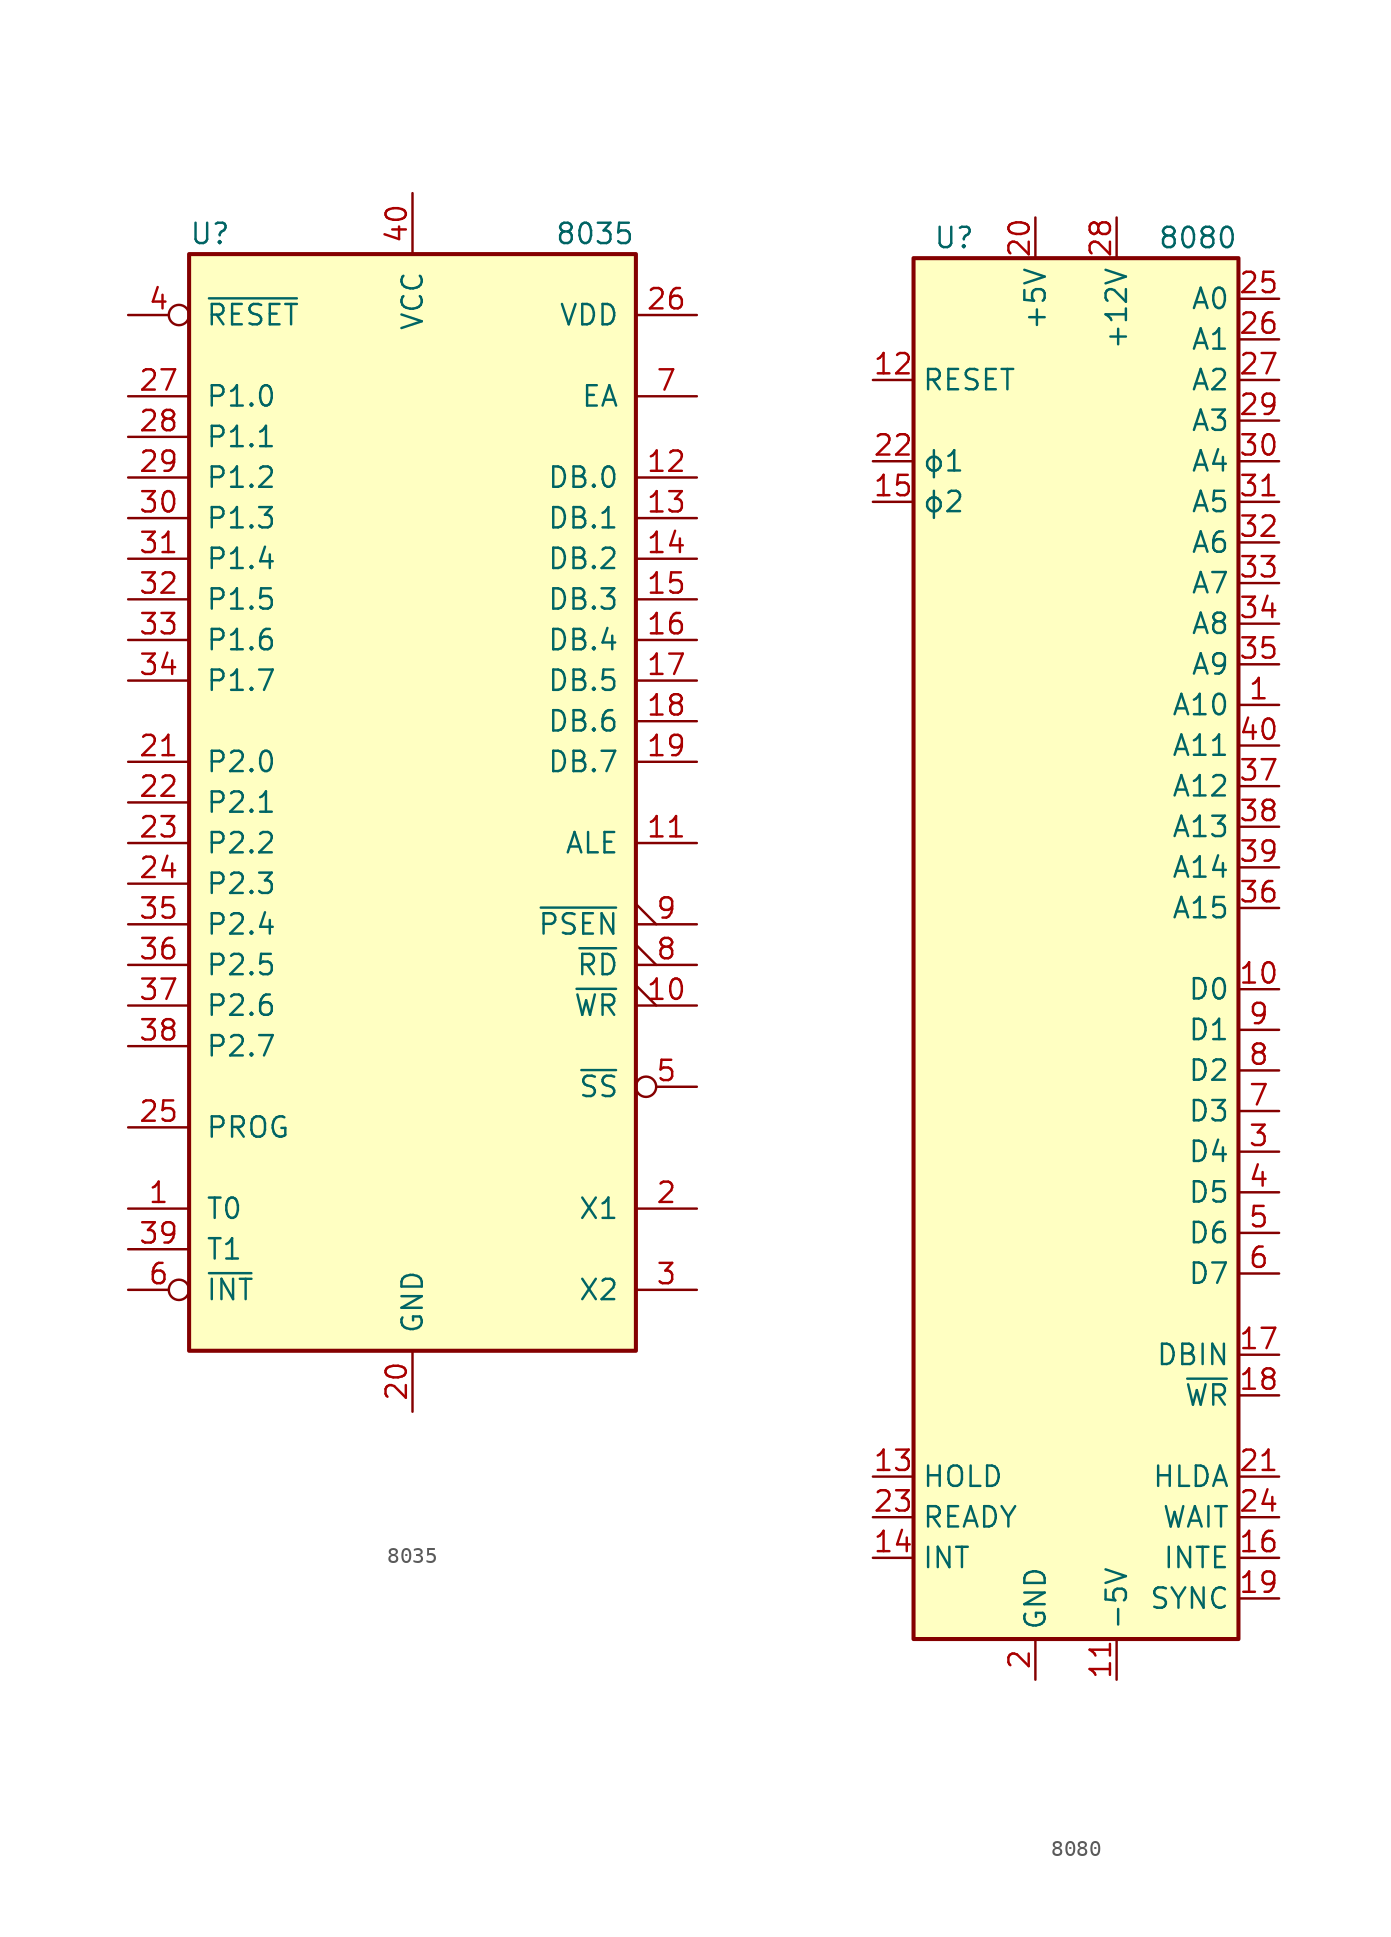
<source format=kicad_sym>
(kicad_symbol_lib
  (version 20201005)
  (generator kicad_symbol_editor)
  (symbol "MCU_Intel:8035"
    (pin_names
      (offset 1.016))
    (property "Reference" "U"
      (at -13.97 35.56 0)
      (effects (font (size 1.27 1.27)) (justify left)))
    (property "Value" "8035"
      (at 8.89 35.56 0)
      (effects (font (size 1.27 1.27)) (justify left)))
    (symbol "8035_1_1"
      (rectangle (start -13.97 -34.29) (end 13.97 34.29) (stroke (width 0.254)) (fill (type background)))
      (pin input line (at -17.78 -25.4 0) (length 3.81) (name "T0" (effects (font (size 1.27 1.27)))) (number "1" (effects (font (size 1.27 1.27)))))
      (pin output output_low (at 17.78 -12.7 180) (length 3.81) (name "~WR~" (effects (font (size 1.27 1.27)))) (number "10" (effects (font (size 1.27 1.27)))))
      (pin output line (at 17.78 -2.54 180) (length 3.81) (name "ALE" (effects (font (size 1.27 1.27)))) (number "11" (effects (font (size 1.27 1.27)))))
      (pin bidirectional line (at 17.78 20.32 180) (length 3.81) (name "DB.0" (effects (font (size 1.27 1.27)))) (number "12" (effects (font (size 1.27 1.27)))))
      (pin bidirectional line (at 17.78 17.78 180) (length 3.81) (name "DB.1" (effects (font (size 1.27 1.27)))) (number "13" (effects (font (size 1.27 1.27)))))
      (pin bidirectional line (at 17.78 15.24 180) (length 3.81) (name "DB.2" (effects (font (size 1.27 1.27)))) (number "14" (effects (font (size 1.27 1.27)))))
      (pin bidirectional line (at 17.78 12.7 180) (length 3.81) (name "DB.3" (effects (font (size 1.27 1.27)))) (number "15" (effects (font (size 1.27 1.27)))))
      (pin bidirectional line (at 17.78 10.16 180) (length 3.81) (name "DB.4" (effects (font (size 1.27 1.27)))) (number "16" (effects (font (size 1.27 1.27)))))
      (pin bidirectional line (at 17.78 7.62 180) (length 3.81) (name "DB.5" (effects (font (size 1.27 1.27)))) (number "17" (effects (font (size 1.27 1.27)))))
      (pin bidirectional line (at 17.78 5.08 180) (length 3.81) (name "DB.6" (effects (font (size 1.27 1.27)))) (number "18" (effects (font (size 1.27 1.27)))))
      (pin bidirectional line (at 17.78 2.54 180) (length 3.81) (name "DB.7" (effects (font (size 1.27 1.27)))) (number "19" (effects (font (size 1.27 1.27)))))
      (pin input line (at 17.78 -25.4 180) (length 3.81) (name "X1" (effects (font (size 1.27 1.27)))) (number "2" (effects (font (size 1.27 1.27)))))
      (pin power_in line (at 0 -38.1 90) (length 3.81) (name "GND" (effects (font (size 1.27 1.27)))) (number "20" (effects (font (size 1.27 1.27)))))
      (pin bidirectional line (at -17.78 2.54 0) (length 3.81) (name "P2.0" (effects (font (size 1.27 1.27)))) (number "21" (effects (font (size 1.27 1.27)))))
      (pin bidirectional line (at -17.78 0 0) (length 3.81) (name "P2.1" (effects (font (size 1.27 1.27)))) (number "22" (effects (font (size 1.27 1.27)))))
      (pin bidirectional line (at -17.78 -2.54 0) (length 3.81) (name "P2.2" (effects (font (size 1.27 1.27)))) (number "23" (effects (font (size 1.27 1.27)))))
      (pin bidirectional line (at -17.78 -5.08 0) (length 3.81) (name "P2.3" (effects (font (size 1.27 1.27)))) (number "24" (effects (font (size 1.27 1.27)))))
      (pin output line (at -17.78 -20.32 0) (length 3.81) (name "PROG" (effects (font (size 1.27 1.27)))) (number "25" (effects (font (size 1.27 1.27)))))
      (pin power_in line (at 17.78 30.48 180) (length 3.81) (name "VDD" (effects (font (size 1.27 1.27)))) (number "26" (effects (font (size 1.27 1.27)))))
      (pin bidirectional line (at -17.78 25.4 0) (length 3.81) (name "P1.0" (effects (font (size 1.27 1.27)))) (number "27" (effects (font (size 1.27 1.27)))))
      (pin bidirectional line (at -17.78 22.86 0) (length 3.81) (name "P1.1" (effects (font (size 1.27 1.27)))) (number "28" (effects (font (size 1.27 1.27)))))
      (pin bidirectional line (at -17.78 20.32 0) (length 3.81) (name "P1.2" (effects (font (size 1.27 1.27)))) (number "29" (effects (font (size 1.27 1.27)))))
      (pin output line (at 17.78 -30.48 180) (length 3.81) (name "X2" (effects (font (size 1.27 1.27)))) (number "3" (effects (font (size 1.27 1.27)))))
      (pin bidirectional line (at -17.78 17.78 0) (length 3.81) (name "P1.3" (effects (font (size 1.27 1.27)))) (number "30" (effects (font (size 1.27 1.27)))))
      (pin bidirectional line (at -17.78 15.24 0) (length 3.81) (name "P1.4" (effects (font (size 1.27 1.27)))) (number "31" (effects (font (size 1.27 1.27)))))
      (pin bidirectional line (at -17.78 12.7 0) (length 3.81) (name "P1.5" (effects (font (size 1.27 1.27)))) (number "32" (effects (font (size 1.27 1.27)))))
      (pin bidirectional line (at -17.78 10.16 0) (length 3.81) (name "P1.6" (effects (font (size 1.27 1.27)))) (number "33" (effects (font (size 1.27 1.27)))))
      (pin bidirectional line (at -17.78 7.62 0) (length 3.81) (name "P1.7" (effects (font (size 1.27 1.27)))) (number "34" (effects (font (size 1.27 1.27)))))
      (pin bidirectional line (at -17.78 -7.62 0) (length 3.81) (name "P2.4" (effects (font (size 1.27 1.27)))) (number "35" (effects (font (size 1.27 1.27)))))
      (pin bidirectional line (at -17.78 -10.16 0) (length 3.81) (name "P2.5" (effects (font (size 1.27 1.27)))) (number "36" (effects (font (size 1.27 1.27)))))
      (pin bidirectional line (at -17.78 -12.7 0) (length 3.81) (name "P2.6" (effects (font (size 1.27 1.27)))) (number "37" (effects (font (size 1.27 1.27)))))
      (pin bidirectional line (at -17.78 -15.24 0) (length 3.81) (name "P2.7" (effects (font (size 1.27 1.27)))) (number "38" (effects (font (size 1.27 1.27)))))
      (pin input line (at -17.78 -27.94 0) (length 3.81) (name "T1" (effects (font (size 1.27 1.27)))) (number "39" (effects (font (size 1.27 1.27)))))
      (pin input inverted (at -17.78 30.48 0) (length 3.81) (name "~RESET~" (effects (font (size 1.27 1.27)))) (number "4" (effects (font (size 1.27 1.27)))))
      (pin power_in line (at 0 38.1 270) (length 3.81) (name "VCC" (effects (font (size 1.27 1.27)))) (number "40" (effects (font (size 1.27 1.27)))))
      (pin input inverted (at 17.78 -17.78 180) (length 3.81) (name "~SS~" (effects (font (size 1.27 1.27)))) (number "5" (effects (font (size 1.27 1.27)))))
      (pin input inverted (at -17.78 -30.48 0) (length 3.81) (name "~INT~" (effects (font (size 1.27 1.27)))) (number "6" (effects (font (size 1.27 1.27)))))
      (pin input line (at 17.78 25.4 180) (length 3.81) (name "EA" (effects (font (size 1.27 1.27)))) (number "7" (effects (font (size 1.27 1.27)))))
      (pin output output_low (at 17.78 -10.16 180) (length 3.81) (name "~RD~" (effects (font (size 1.27 1.27)))) (number "8" (effects (font (size 1.27 1.27)))))
      (pin output output_low (at 17.78 -7.62 180) (length 3.81) (name "~PSEN~" (effects (font (size 1.27 1.27)))) (number "9" (effects (font (size 1.27 1.27)))))))
  (symbol "MCU_Intel:8080"
    (property "Reference" "U"
      (at -7.62 44.45 0)
      (effects (font (size 1.27 1.27))))
    (property "Value" "8080"
      (at 7.62 44.45 0)
      (effects (font (size 1.27 1.27))))
    (symbol "8080_0_1"
      (rectangle (start -10.16 43.18) (end 10.16 -43.18) (stroke (width 0.254)) (fill (type background))))
    (symbol "8080_1_1"
      (pin output line (at 12.7 15.24 180) (length 2.54) (name "A10" (effects (font (size 1.27 1.27)))) (number "1" (effects (font (size 1.27 1.27)))))
      (pin bidirectional line (at 12.7 -2.54 180) (length 2.54) (name "D0" (effects (font (size 1.27 1.27)))) (number "10" (effects (font (size 1.27 1.27)))))
      (pin power_in line (at 2.54 -45.72 90) (length 2.54) (name "-5V" (effects (font (size 1.27 1.27)))) (number "11" (effects (font (size 1.27 1.27)))))
      (pin input line (at -12.7 35.56 0) (length 2.54) (name "RESET" (effects (font (size 1.27 1.27)))) (number "12" (effects (font (size 1.27 1.27)))))
      (pin input line (at -12.7 -33.02 0) (length 2.54) (name "HOLD" (effects (font (size 1.27 1.27)))) (number "13" (effects (font (size 1.27 1.27)))))
      (pin input line (at -12.7 -38.1 0) (length 2.54) (name "INT" (effects (font (size 1.27 1.27)))) (number "14" (effects (font (size 1.27 1.27)))))
      (pin input line (at -12.7 27.94 0) (length 2.54) (name "ϕ2" (effects (font (size 1.27 1.27)))) (number "15" (effects (font (size 1.27 1.27)))))
      (pin output line (at 12.7 -38.1 180) (length 2.54) (name "INTE" (effects (font (size 1.27 1.27)))) (number "16" (effects (font (size 1.27 1.27)))))
      (pin output line (at 12.7 -25.4 180) (length 2.54) (name "DBIN" (effects (font (size 1.27 1.27)))) (number "17" (effects (font (size 1.27 1.27)))))
      (pin output line (at 12.7 -27.94 180) (length 2.54) (name "~WR~" (effects (font (size 1.27 1.27)))) (number "18" (effects (font (size 1.27 1.27)))))
      (pin output line (at 12.7 -40.64 180) (length 2.54) (name "SYNC" (effects (font (size 1.27 1.27)))) (number "19" (effects (font (size 1.27 1.27)))))
      (pin power_in line (at -2.54 -45.72 90) (length 2.54) (name "GND" (effects (font (size 1.27 1.27)))) (number "2" (effects (font (size 1.27 1.27)))))
      (pin power_in line (at -2.54 45.72 270) (length 2.54) (name "+5V" (effects (font (size 1.27 1.27)))) (number "20" (effects (font (size 1.27 1.27)))))
      (pin output line (at 12.7 -33.02 180) (length 2.54) (name "HLDA" (effects (font (size 1.27 1.27)))) (number "21" (effects (font (size 1.27 1.27)))))
      (pin input line (at -12.7 30.48 0) (length 2.54) (name "ϕ1" (effects (font (size 1.27 1.27)))) (number "22" (effects (font (size 1.27 1.27)))))
      (pin input line (at -12.7 -35.56 0) (length 2.54) (name "READY" (effects (font (size 1.27 1.27)))) (number "23" (effects (font (size 1.27 1.27)))))
      (pin output line (at 12.7 -35.56 180) (length 2.54) (name "WAIT" (effects (font (size 1.27 1.27)))) (number "24" (effects (font (size 1.27 1.27)))))
      (pin output line (at 12.7 40.64 180) (length 2.54) (name "A0" (effects (font (size 1.27 1.27)))) (number "25" (effects (font (size 1.27 1.27)))))
      (pin output line (at 12.7 38.1 180) (length 2.54) (name "A1" (effects (font (size 1.27 1.27)))) (number "26" (effects (font (size 1.27 1.27)))))
      (pin output line (at 12.7 35.56 180) (length 2.54) (name "A2" (effects (font (size 1.27 1.27)))) (number "27" (effects (font (size 1.27 1.27)))))
      (pin power_in line (at 2.54 45.72 270) (length 2.54) (name "+12V" (effects (font (size 1.27 1.27)))) (number "28" (effects (font (size 1.27 1.27)))))
      (pin output line (at 12.7 33.02 180) (length 2.54) (name "A3" (effects (font (size 1.27 1.27)))) (number "29" (effects (font (size 1.27 1.27)))))
      (pin bidirectional line (at 12.7 -12.7 180) (length 2.54) (name "D4" (effects (font (size 1.27 1.27)))) (number "3" (effects (font (size 1.27 1.27)))))
      (pin output line (at 12.7 30.48 180) (length 2.54) (name "A4" (effects (font (size 1.27 1.27)))) (number "30" (effects (font (size 1.27 1.27)))))
      (pin output line (at 12.7 27.94 180) (length 2.54) (name "A5" (effects (font (size 1.27 1.27)))) (number "31" (effects (font (size 1.27 1.27)))))
      (pin output line (at 12.7 25.4 180) (length 2.54) (name "A6" (effects (font (size 1.27 1.27)))) (number "32" (effects (font (size 1.27 1.27)))))
      (pin output line (at 12.7 22.86 180) (length 2.54) (name "A7" (effects (font (size 1.27 1.27)))) (number "33" (effects (font (size 1.27 1.27)))))
      (pin output line (at 12.7 20.32 180) (length 2.54) (name "A8" (effects (font (size 1.27 1.27)))) (number "34" (effects (font (size 1.27 1.27)))))
      (pin output line (at 12.7 17.78 180) (length 2.54) (name "A9" (effects (font (size 1.27 1.27)))) (number "35" (effects (font (size 1.27 1.27)))))
      (pin output line (at 12.7 2.54 180) (length 2.54) (name "A15" (effects (font (size 1.27 1.27)))) (number "36" (effects (font (size 1.27 1.27)))))
      (pin output line (at 12.7 10.16 180) (length 2.54) (name "A12" (effects (font (size 1.27 1.27)))) (number "37" (effects (font (size 1.27 1.27)))))
      (pin output line (at 12.7 7.62 180) (length 2.54) (name "A13" (effects (font (size 1.27 1.27)))) (number "38" (effects (font (size 1.27 1.27)))))
      (pin output line (at 12.7 5.08 180) (length 2.54) (name "A14" (effects (font (size 1.27 1.27)))) (number "39" (effects (font (size 1.27 1.27)))))
      (pin bidirectional line (at 12.7 -15.24 180) (length 2.54) (name "D5" (effects (font (size 1.27 1.27)))) (number "4" (effects (font (size 1.27 1.27)))))
      (pin output line (at 12.7 12.7 180) (length 2.54) (name "A11" (effects (font (size 1.27 1.27)))) (number "40" (effects (font (size 1.27 1.27)))))
      (pin bidirectional line (at 12.7 -17.78 180) (length 2.54) (name "D6" (effects (font (size 1.27 1.27)))) (number "5" (effects (font (size 1.27 1.27)))))
      (pin bidirectional line (at 12.7 -20.32 180) (length 2.54) (name "D7" (effects (font (size 1.27 1.27)))) (number "6" (effects (font (size 1.27 1.27)))))
      (pin bidirectional line (at 12.7 -10.16 180) (length 2.54) (name "D3" (effects (font (size 1.27 1.27)))) (number "7" (effects (font (size 1.27 1.27)))))
      (pin bidirectional line (at 12.7 -7.62 180) (length 2.54) (name "D2" (effects (font (size 1.27 1.27)))) (number "8" (effects (font (size 1.27 1.27)))))
      (pin bidirectional line (at 12.7 -5.08 180) (length 2.54) (name "D1" (effects (font (size 1.27 1.27)))) (number "9" (effects (font (size 1.27 1.27))))))))
</source>
